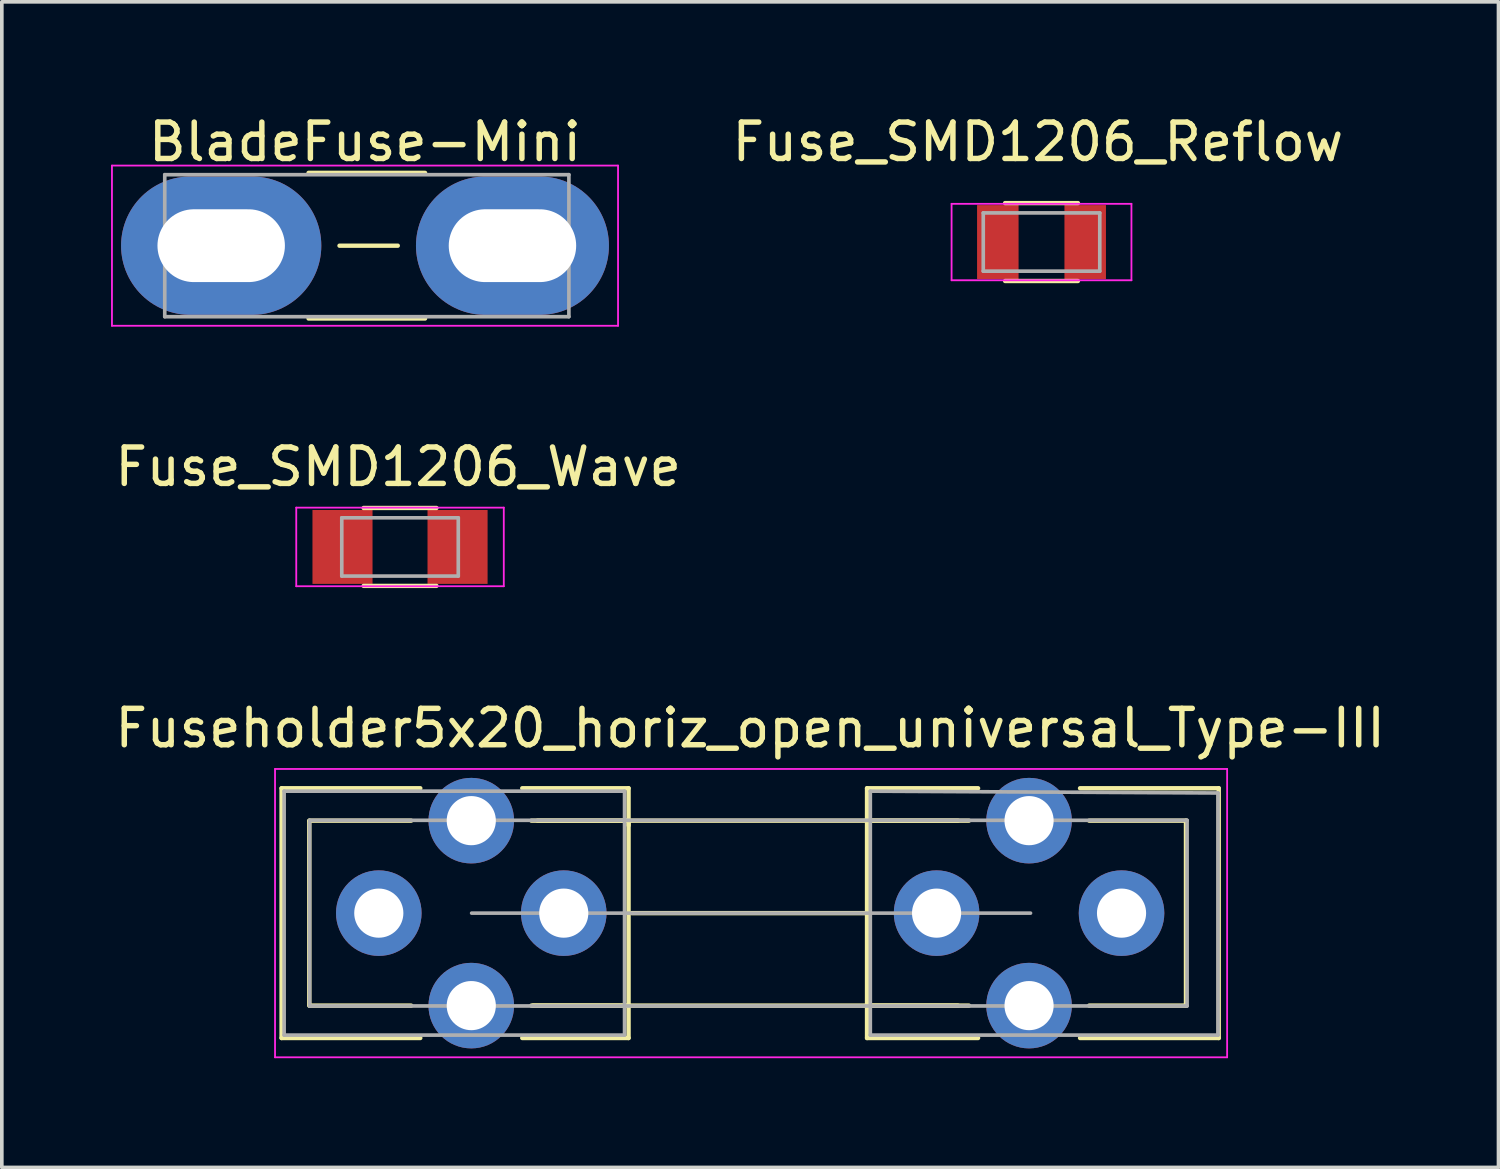
<source format=kicad_pcb>
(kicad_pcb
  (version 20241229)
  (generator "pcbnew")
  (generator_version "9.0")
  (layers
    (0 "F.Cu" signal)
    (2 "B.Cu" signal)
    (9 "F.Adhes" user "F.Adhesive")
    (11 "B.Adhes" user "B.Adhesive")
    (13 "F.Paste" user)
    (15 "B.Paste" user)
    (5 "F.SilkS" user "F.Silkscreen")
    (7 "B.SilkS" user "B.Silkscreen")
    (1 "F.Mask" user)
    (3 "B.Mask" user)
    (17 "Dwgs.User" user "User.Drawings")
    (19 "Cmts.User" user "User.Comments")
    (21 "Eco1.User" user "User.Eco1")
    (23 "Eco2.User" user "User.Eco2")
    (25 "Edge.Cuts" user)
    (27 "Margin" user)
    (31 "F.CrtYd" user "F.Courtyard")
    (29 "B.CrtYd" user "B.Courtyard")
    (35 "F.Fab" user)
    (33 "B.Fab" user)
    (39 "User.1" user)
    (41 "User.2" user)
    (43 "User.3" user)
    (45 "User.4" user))
  (footprint "Fuseholder5x20_horiz_open_universal_Type-III"
    (layer "F.Cu")
    (at 7.354 22.03)
    (property "Reference" "Fuseholder5x20_horiz_open_universal_Type-III" (at 10.2 -5.08 0) (layer "F.SilkS") (effects (font (size 1 1) (thickness 0.15))))
    (attr through_hole)
    (fp_line (start -2.67 -3.43) (end -2.67 3.43) (stroke (width 0.12) (type solid)) (layer "F.SilkS"))
    (fp_line (start -2.67 -3.43) (end 1.14 -3.43) (stroke (width 0.12) (type solid)) (layer "F.SilkS"))
    (fp_line (start -2.67 3.43) (end 1.14 3.43) (stroke (width 0.12) (type solid)) (layer "F.SilkS"))
    (fp_line (start -1.91 -2.54) (end -1.91 2.54) (stroke (width 0.12) (type solid)) (layer "F.SilkS"))
    (fp_line (start -1.9 -2.54) (end 0.89 -2.54) (stroke (width 0.12) (type solid)) (layer "F.SilkS"))
    (fp_line (start -1.9 2.54) (end 0.89 2.54) (stroke (width 0.12) (type solid)) (layer "F.SilkS"))
    (fp_line (start 4.36 -2.54) (end 15.91 -2.54) (stroke (width 0.12) (type solid)) (layer "F.SilkS"))
    (fp_line (start 6.86 -3.43) (end 3.94 -3.43) (stroke (width 0.12) (type solid)) (layer "F.SilkS"))
    (fp_line (start 6.86 -3.43) (end 6.86 -2.41) (stroke (width 0.12) (type solid)) (layer "F.SilkS"))
    (fp_line (start 6.86 -2.54) (end 4.19 -2.54) (stroke (width 0.12) (type solid)) (layer "F.SilkS"))
    (fp_line (start 6.86 0) (end 6.86 -2.54) (stroke (width 0.12) (type solid)) (layer "F.SilkS"))
    (fp_line (start 6.86 2.54) (end 4.19 2.54) (stroke (width 0.12) (type solid)) (layer "F.SilkS"))
    (fp_line (start 6.86 2.54) (end 6.86 0) (stroke (width 0.12) (type solid)) (layer "F.SilkS"))
    (fp_line (start 6.86 3.43) (end 3.94 3.43) (stroke (width 0.12) (type solid)) (layer "F.SilkS"))
    (fp_line (start 6.86 3.43) (end 6.86 2.54) (stroke (width 0.12) (type solid)) (layer "F.SilkS"))
    (fp_line (start 6.95 0) (end 13.45 0) (stroke (width 0.12) (type solid)) (layer "F.SilkS"))
    (fp_line (start 13.41 -3.43) (end 13.41 -2.54) (stroke (width 0.12) (type solid)) (layer "F.SilkS"))
    (fp_line (start 13.41 -3.43) (end 16.46 -3.43) (stroke (width 0.12) (type solid)) (layer "F.SilkS"))
    (fp_line (start 13.41 -2.54) (end 16.21 -2.54) (stroke (width 0.12) (type solid)) (layer "F.SilkS"))
    (fp_line (start 13.41 0) (end 13.41 -2.54) (stroke (width 0.12) (type solid)) (layer "F.SilkS"))
    (fp_line (start 13.41 2.54) (end 13.41 0) (stroke (width 0.12) (type solid)) (layer "F.SilkS"))
    (fp_line (start 13.41 2.54) (end 16.21 2.54) (stroke (width 0.12) (type solid)) (layer "F.SilkS"))
    (fp_line (start 13.41 3.43) (end 13.41 2.54) (stroke (width 0.12) (type solid)) (layer "F.SilkS"))
    (fp_line (start 13.41 3.43) (end 16.46 3.43) (stroke (width 0.12) (type solid)) (layer "F.SilkS"))
    (fp_line (start 15.91 2.54) (end 4.23 2.54) (stroke (width 0.12) (type solid)) (layer "F.SilkS"))
    (fp_line (start 22.17 -2.54) (end 22.17 2.54) (stroke (width 0.12) (type solid)) (layer "F.SilkS"))
    (fp_line (start 22.18 -2.54) (end 19.51 -2.54) (stroke (width 0.12) (type solid)) (layer "F.SilkS"))
    (fp_line (start 22.18 2.54) (end 19.51 2.54) (stroke (width 0.12) (type solid)) (layer "F.SilkS"))
    (fp_line (start 23.07 -3.43) (end 19.26 -3.43) (stroke (width 0.12) (type solid)) (layer "F.SilkS"))
    (fp_line (start 23.07 -3.43) (end 23.07 3.43) (stroke (width 0.12) (type solid)) (layer "F.SilkS"))
    (fp_line (start 23.07 3.43) (end 19.26 3.43) (stroke (width 0.12) (type solid)) (layer "F.SilkS"))
    (fp_line (start -2.85 -3.96) (end -2.85 3.96) (stroke (width 0.05) (type solid)) (layer "F.CrtYd"))
    (fp_line (start -2.85 -3.96) (end 23.3 -3.96) (stroke (width 0.05) (type solid)) (layer "F.CrtYd"))
    (fp_line (start 23.3 3.96) (end -2.85 3.96) (stroke (width 0.05) (type solid)) (layer "F.CrtYd"))
    (fp_line (start 23.3 3.96) (end 23.3 -3.96) (stroke (width 0.05) (type solid)) (layer "F.CrtYd"))
    (fp_line (start -2.6 -3.35) (end 6.75 -3.35) (stroke (width 0.1) (type solid)) (layer "F.Fab"))
    (fp_line (start -2.6 3.35) (end -2.6 -3.35) (stroke (width 0.1) (type solid)) (layer "F.Fab"))
    (fp_line (start -1.9 -2.55) (end 22.2 -2.55) (stroke (width 0.1) (type solid)) (layer "F.Fab"))
    (fp_line (start -1.9 2.55) (end -1.9 -2.5) (stroke (width 0.1) (type solid)) (layer "F.Fab"))
    (fp_line (start 2.55 0) (end 17.9 0) (stroke (width 0.1) (type solid)) (layer "F.Fab"))
    (fp_line (start 6.75 -3.35) (end 6.75 3.35) (stroke (width 0.1) (type solid)) (layer "F.Fab"))
    (fp_line (start 6.75 3.35) (end -2.6 3.35) (stroke (width 0.1) (type solid)) (layer "F.Fab"))
    (fp_line (start 13.5 -3.35) (end 13.5 3.35) (stroke (width 0.1) (type solid)) (layer "F.Fab"))
    (fp_line (start 13.5 3.35) (end 23.05 3.35) (stroke (width 0.1) (type solid)) (layer "F.Fab"))
    (fp_line (start 22.2 -2.55) (end 22.2 2.55) (stroke (width 0.1) (type solid)) (layer "F.Fab"))
    (fp_line (start 22.2 2.55) (end -1.9 2.55) (stroke (width 0.1) (type solid)) (layer "F.Fab"))
    (fp_line (start 23.05 -3.3) (end 13.5 -3.35) (stroke (width 0.1) (type solid)) (layer "F.Fab"))
    (fp_line (start 23.05 3.35) (end 23.05 -3.3) (stroke (width 0.1) (type solid)) (layer "F.Fab"))
    (pad "1" thru_hole circle (at 0 0) (size 2.35 2.35) (drill 1.35) (layers "*.Cu" "*.Mask"))
    (pad "1" thru_hole circle (at 2.54 -2.54) (size 2.35 2.35) (drill 1.35) (layers "*.Cu" "*.Mask"))
    (pad "1" thru_hole circle (at 2.54 2.54) (size 2.35 2.35) (drill 1.35) (layers "*.Cu" "*.Mask"))
    (pad "1" thru_hole circle (at 5.08 0) (size 2.35 2.35) (drill 1.35) (layers "*.Cu" "*.Mask"))
    (pad "2" thru_hole circle (at 15.32 0) (size 2.35 2.35) (drill 1.35) (layers "*.Cu" "*.Mask"))
    (pad "2" thru_hole circle (at 17.86 -2.54) (size 2.35 2.35) (drill 1.35) (layers "*.Cu" "*.Mask"))
    (pad "2" thru_hole circle (at 17.86 2.54) (size 2.35 2.35) (drill 1.35) (layers "*.Cu" "*.Mask"))
    (pad "2" thru_hole circle (at 20.4 0) (size 2.35 2.35) (drill 1.35) (layers "*.Cu" "*.Mask")))
  (footprint "Fuse_SMD1206_Reflow"
    (layer "F.Cu")
    (at 25.556 3.598)
    (property "Reference" "Fuse_SMD1206_Reflow" (at -0.1 -2.75 0) (layer "F.SilkS") (effects (font (size 1 1) (thickness 0.15))))
    (attr smd)
    (fp_line (start -1 -1.07) (end 1 -1.07) (stroke (width 0.12) (type solid)) (layer "F.SilkS"))
    (fp_line (start 1 1.07) (end -1 1.07) (stroke (width 0.12) (type solid)) (layer "F.SilkS"))
    (fp_line (start -2.47 -1.05) (end -2.47 1.05) (stroke (width 0.05) (type solid)) (layer "F.CrtYd"))
    (fp_line (start -2.47 -1.05) (end 2.47 -1.05) (stroke (width 0.05) (type solid)) (layer "F.CrtYd"))
    (fp_line (start 2.47 1.05) (end -2.47 1.05) (stroke (width 0.05) (type solid)) (layer "F.CrtYd"))
    (fp_line (start 2.47 1.05) (end 2.47 -1.05) (stroke (width 0.05) (type solid)) (layer "F.CrtYd"))
    (fp_line (start -1.6 -0.8) (end 1.6 -0.8) (stroke (width 0.1) (type solid)) (layer "F.Fab"))
    (fp_line (start -1.6 0.8) (end -1.6 -0.8) (stroke (width 0.1) (type solid)) (layer "F.Fab"))
    (fp_line (start 1.6 -0.8) (end 1.6 0.8) (stroke (width 0.1) (type solid)) (layer "F.Fab"))
    (fp_line (start 1.6 0.8) (end -1.6 0.8) (stroke (width 0.1) (type solid)) (layer "F.Fab"))
    (pad "1" smd rect (at -1.2 0 90) (size 2.03 1.14) (layers "F.Cu" "F.Mask" "F.Paste"))
    (pad "2" smd rect (at 1.2 0 90) (size 2.03 1.14) (layers "F.Cu" "F.Mask" "F.Paste")))
  (footprint "Fuse_SMD1206_Wave"
    (layer "F.Cu")
    (at 7.937 11.972)
    (property "Reference" "Fuse_SMD1206_Wave" (at -0.05 -2.2 0) (layer "F.SilkS") (effects (font (size 1 1) (thickness 0.15))))
    (attr smd)
    (fp_line (start -1 -1.07) (end 1 -1.07) (stroke (width 0.12) (type solid)) (layer "F.SilkS"))
    (fp_line (start 1 1.07) (end -1 1.07) (stroke (width 0.12) (type solid)) (layer "F.SilkS"))
    (fp_line (start -2.85 -1.08) (end -2.85 1.08) (stroke (width 0.05) (type solid)) (layer "F.CrtYd"))
    (fp_line (start -2.85 -1.08) (end 2.85 -1.08) (stroke (width 0.05) (type solid)) (layer "F.CrtYd"))
    (fp_line (start 2.85 1.08) (end -2.85 1.08) (stroke (width 0.05) (type solid)) (layer "F.CrtYd"))
    (fp_line (start 2.85 1.08) (end 2.85 -1.08) (stroke (width 0.05) (type solid)) (layer "F.CrtYd"))
    (fp_line (start -1.6 -0.8) (end 1.6 -0.8) (stroke (width 0.1) (type solid)) (layer "F.Fab"))
    (fp_line (start -1.6 0.8) (end -1.6 -0.8) (stroke (width 0.1) (type solid)) (layer "F.Fab"))
    (fp_line (start 1.6 -0.8) (end 1.6 0.8) (stroke (width 0.1) (type solid)) (layer "F.Fab"))
    (fp_line (start 1.6 0.8) (end -1.6 0.8) (stroke (width 0.1) (type solid)) (layer "F.Fab"))
    (pad "1" smd rect (at -1.58 0 90) (size 2.03 1.65) (layers "F.Cu" "F.Mask" "F.Paste"))
    (pad "2" smd rect (at 1.58 0 90) (size 2.03 1.65) (layers "F.Cu" "F.Mask" "F.Paste")))
  (footprint "BladeFuse-Mini"
    (layer "F.Cu")
    (at 3.025 3.698)
    (property "Reference" "BladeFuse-Mini" (at 3.95 -2.85 0) (layer "F.SilkS") (effects (font (size 1 1) (thickness 0.15))))
    (attr through_hole)
    (fp_line (start 2.4 -2) (end 5.6 -2) (stroke (width 0.12) (type solid)) (layer "F.SilkS"))
    (fp_line (start 3.25 0) (end 4.85 0) (stroke (width 0.12) (type solid)) (layer "F.SilkS"))
    (fp_line (start 5.6 2) (end 2.4 2) (stroke (width 0.12) (type solid)) (layer "F.SilkS"))
    (fp_line (start -3 -2.2) (end -3 2.2) (stroke (width 0.05) (type solid)) (layer "F.CrtYd"))
    (fp_line (start -3 -2.2) (end 10.9 -2.2) (stroke (width 0.05) (type solid)) (layer "F.CrtYd"))
    (fp_line (start 10.9 2.2) (end -3 2.2) (stroke (width 0.05) (type solid)) (layer "F.CrtYd"))
    (fp_line (start 10.9 2.2) (end 10.9 -2.2) (stroke (width 0.05) (type solid)) (layer "F.CrtYd"))
    (fp_line (start -1.55 -1.95) (end 9.55 -1.95) (stroke (width 0.1) (type solid)) (layer "F.Fab"))
    (fp_line (start -1.55 1.95) (end -1.55 -1.95) (stroke (width 0.1) (type solid)) (layer "F.Fab"))
    (fp_line (start 9.55 -1.95) (end 9.55 1.95) (stroke (width 0.1) (type solid)) (layer "F.Fab"))
    (fp_line (start 9.55 1.95) (end -1.55 1.95) (stroke (width 0.1) (type solid)) (layer "F.Fab"))
    (pad "1" thru_hole oval (at 0 0) (size 5.5 3.8) (drill oval 3.5 2) (layers "*.Cu" "*.Mask"))
    (pad "2" thru_hole oval (at 8 0) (size 5.3 3.8) (drill oval 3.5 2) (layers "*.Cu" "*.Mask")))
  (gr_rect
    (start -3 -3)
    (end 38.107 29.015)
    (stroke (width 0.1) (type default))
    (fill no)
    (layer "Edge.Cuts")))
</source>
